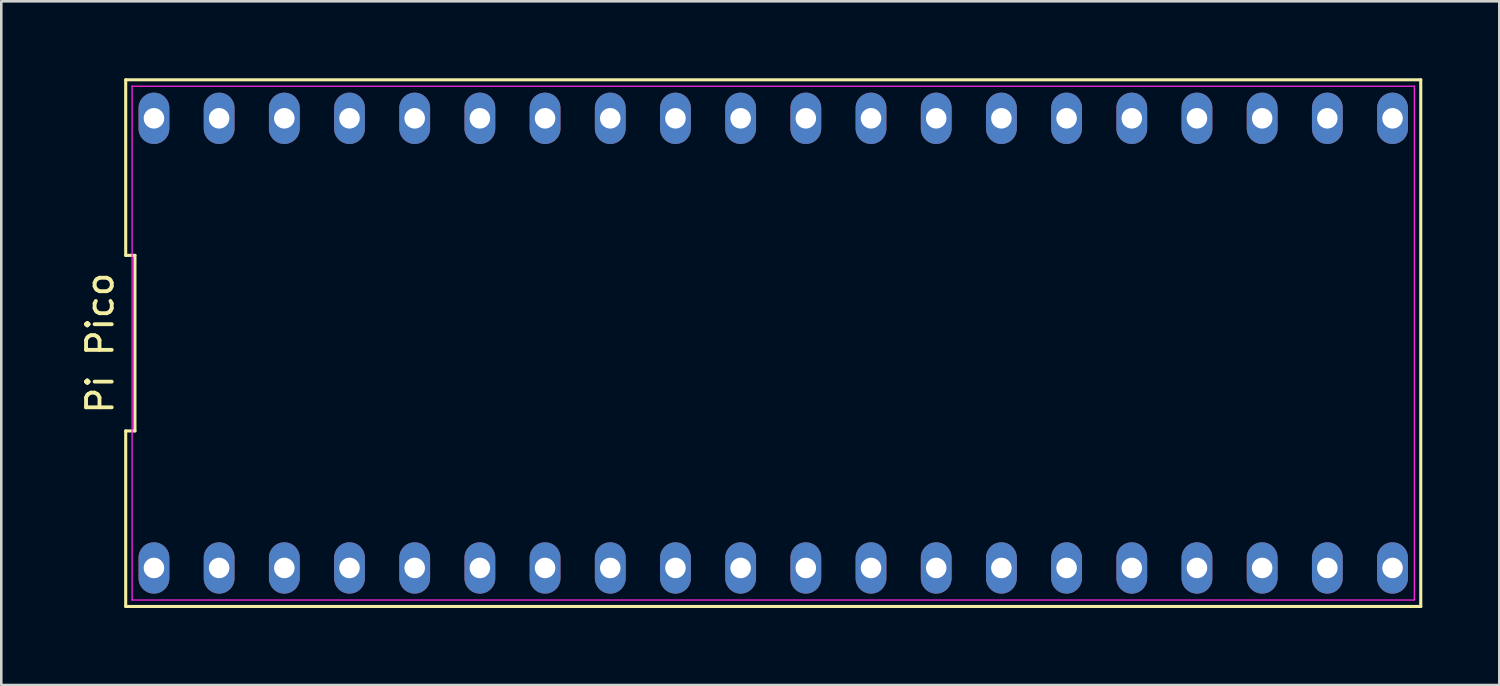
<source format=kicad_pcb>
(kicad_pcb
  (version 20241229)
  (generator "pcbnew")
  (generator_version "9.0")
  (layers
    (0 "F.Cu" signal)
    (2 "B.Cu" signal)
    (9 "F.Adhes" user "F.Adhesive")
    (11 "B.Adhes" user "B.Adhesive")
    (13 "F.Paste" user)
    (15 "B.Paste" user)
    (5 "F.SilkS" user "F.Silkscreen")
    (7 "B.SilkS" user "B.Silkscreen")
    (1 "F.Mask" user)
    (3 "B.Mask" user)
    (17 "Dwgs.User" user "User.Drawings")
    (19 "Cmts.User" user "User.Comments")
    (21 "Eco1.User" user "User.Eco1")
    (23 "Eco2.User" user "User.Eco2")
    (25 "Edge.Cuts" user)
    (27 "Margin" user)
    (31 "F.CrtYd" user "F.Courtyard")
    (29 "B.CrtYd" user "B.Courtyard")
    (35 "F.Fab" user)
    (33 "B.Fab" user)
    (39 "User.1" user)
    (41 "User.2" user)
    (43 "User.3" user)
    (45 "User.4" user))
  (footprint "Pi Pico"
    (layer "F.Cu")
    (at 27.078 10.32)
    (property "Reference" "Pi Pico" (at -26.23 0 90) (layer "F.SilkS") (effects (font (size 1 1) (thickness 0.15))))
    (fp_line (start -25.23 -10.26) (end -25.23 -3.42) (stroke (width 0.12) (type default)) (layer "F.SilkS"))
    (fp_line (start -25.23 -3.42) (end -24.87 -3.42) (stroke (width 0.12) (type default)) (layer "F.SilkS"))
    (fp_line (start -25.23 3.42) (end -25.23 10.26) (stroke (width 0.12) (type default)) (layer "F.SilkS"))
    (fp_line (start -25.23 10.26) (end 25.23 10.26) (stroke (width 0.12) (type default)) (layer "F.SilkS"))
    (fp_line (start -24.87 -3.42) (end -24.87 3.42) (stroke (width 0.12) (type default)) (layer "F.SilkS"))
    (fp_line (start -24.87 3.42) (end -25.23 3.42) (stroke (width 0.12) (type default)) (layer "F.SilkS"))
    (fp_line (start 25.23 -10.26) (end -25.23 -10.26) (stroke (width 0.12) (type default)) (layer "F.SilkS"))
    (fp_line (start 25.23 10.26) (end 25.23 -10.26) (stroke (width 0.12) (type default)) (layer "F.SilkS"))
    (fp_line (start -24.98 -10.01) (end 24.98 -10.01) (stroke (width 0.05) (type default)) (layer "F.CrtYd"))
    (fp_line (start -24.98 10.01) (end -24.98 -10.01) (stroke (width 0.05) (type default)) (layer "F.CrtYd"))
    (fp_line (start 24.98 -10.01) (end 24.98 10.01) (stroke (width 0.05) (type default)) (layer "F.CrtYd"))
    (fp_line (start 24.98 10.01) (end -24.98 10.01) (stroke (width 0.05) (type default)) (layer "F.CrtYd"))
    (pad "1" thru_hole oval (at -24.13 8.76) (size 1.2 2) (drill 0.8) (layers "*.Cu" "*.Mask"))
    (pad "2" thru_hole oval (at -21.59 8.76) (size 1.2 2) (drill 0.8) (layers "*.Cu" "*.Mask"))
    (pad "3" thru_hole oval (at -19.05 8.76) (size 1.2 2) (drill 0.8) (layers "*.Cu" "*.Mask"))
    (pad "4" thru_hole oval (at -16.51 8.76) (size 1.2 2) (drill 0.8) (layers "*.Cu" "*.Mask"))
    (pad "5" thru_hole oval (at -13.97 8.76) (size 1.2 2) (drill 0.8) (layers "*.Cu" "*.Mask"))
    (pad "6" thru_hole oval (at -11.43 8.76) (size 1.2 2) (drill 0.8) (layers "*.Cu" "*.Mask"))
    (pad "7" thru_hole oval (at -8.89 8.76) (size 1.2 2) (drill 0.8) (layers "*.Cu" "*.Mask"))
    (pad "8" thru_hole oval (at -6.35 8.76) (size 1.2 2) (drill 0.8) (layers "*.Cu" "*.Mask"))
    (pad "9" thru_hole oval (at -3.81 8.76) (size 1.2 2) (drill 0.8) (layers "*.Cu" "*.Mask"))
    (pad "10" thru_hole oval (at -1.27 8.76) (size 1.2 2) (drill 0.8) (layers "*.Cu" "*.Mask"))
    (pad "11" thru_hole oval (at 1.27 8.76) (size 1.2 2) (drill 0.8) (layers "*.Cu" "*.Mask"))
    (pad "12" thru_hole oval (at 3.81 8.76) (size 1.2 2) (drill 0.8) (layers "*.Cu" "*.Mask"))
    (pad "13" thru_hole oval (at 6.35 8.76) (size 1.2 2) (drill 0.8) (layers "*.Cu" "*.Mask"))
    (pad "14" thru_hole oval (at 8.89 8.76) (size 1.2 2) (drill 0.8) (layers "*.Cu" "*.Mask"))
    (pad "15" thru_hole oval (at 11.43 8.76) (size 1.2 2) (drill 0.8) (layers "*.Cu" "*.Mask"))
    (pad "16" thru_hole oval (at 13.97 8.76) (size 1.2 2) (drill 0.8) (layers "*.Cu" "*.Mask"))
    (pad "17" thru_hole oval (at 16.51 8.76) (size 1.2 2) (drill 0.8) (layers "*.Cu" "*.Mask"))
    (pad "18" thru_hole oval (at 19.05 8.76) (size 1.2 2) (drill 0.8) (layers "*.Cu" "*.Mask"))
    (pad "19" thru_hole oval (at 21.59 8.76) (size 1.2 2) (drill 0.8) (layers "*.Cu" "*.Mask"))
    (pad "20" thru_hole oval (at 24.13 8.76) (size 1.2 2) (drill 0.8) (layers "*.Cu" "*.Mask"))
    (pad "21" thru_hole oval (at 24.13 -8.76) (size 1.2 2) (drill 0.8) (layers "*.Cu" "*.Mask"))
    (pad "22" thru_hole oval (at 21.59 -8.76) (size 1.2 2) (drill 0.8) (layers "*.Cu" "*.Mask"))
    (pad "23" thru_hole oval (at 19.05 -8.76) (size 1.2 2) (drill 0.8) (layers "*.Cu" "*.Mask"))
    (pad "24" thru_hole oval (at 16.51 -8.76) (size 1.2 2) (drill 0.8) (layers "*.Cu" "*.Mask"))
    (pad "25" thru_hole oval (at 13.97 -8.76) (size 1.2 2) (drill 0.8) (layers "*.Cu" "*.Mask"))
    (pad "26" thru_hole oval (at 11.43 -8.76) (size 1.2 2) (drill 0.8) (layers "*.Cu" "*.Mask"))
    (pad "27" thru_hole oval (at 8.89 -8.76) (size 1.2 2) (drill 0.8) (layers "*.Cu" "*.Mask"))
    (pad "28" thru_hole oval (at 6.35 -8.76) (size 1.2 2) (drill 0.8) (layers "*.Cu" "*.Mask"))
    (pad "29" thru_hole oval (at 3.81 -8.76) (size 1.2 2) (drill 0.8) (layers "*.Cu" "*.Mask"))
    (pad "30" thru_hole oval (at 1.27 -8.76) (size 1.2 2) (drill 0.8) (layers "*.Cu" "*.Mask"))
    (pad "31" thru_hole oval (at -1.27 -8.76) (size 1.2 2) (drill 0.8) (layers "*.Cu" "*.Mask"))
    (pad "32" thru_hole oval (at -3.81 -8.76) (size 1.2 2) (drill 0.8) (layers "*.Cu" "*.Mask"))
    (pad "33" thru_hole oval (at -6.35 -8.76) (size 1.2 2) (drill 0.8) (layers "*.Cu" "*.Mask"))
    (pad "34" thru_hole oval (at -8.89 -8.76) (size 1.2 2) (drill 0.8) (layers "*.Cu" "*.Mask"))
    (pad "35" thru_hole oval (at -11.43 -8.76) (size 1.2 2) (drill 0.8) (layers "*.Cu" "*.Mask"))
    (pad "36" thru_hole oval (at -13.97 -8.76) (size 1.2 2) (drill 0.8) (layers "*.Cu" "*.Mask"))
    (pad "37" thru_hole oval (at -16.51 -8.76) (size 1.2 2) (drill 0.8) (layers "*.Cu" "*.Mask"))
    (pad "38" thru_hole oval (at -19.05 -8.76) (size 1.2 2) (drill 0.8) (layers "*.Cu" "*.Mask"))
    (pad "39" thru_hole oval (at -21.59 -8.76) (size 1.2 2) (drill 0.8) (layers "*.Cu" "*.Mask"))
    (pad "40" thru_hole oval (at -24.13 -8.76) (size 1.2 2) (drill 0.8) (layers "*.Cu" "*.Mask")))
  (gr_rect
    (start -3 -3)
    (end 55.368 23.64)
    (stroke (width 0.1) (type default))
    (fill no)
    (layer "Edge.Cuts")))
</source>
